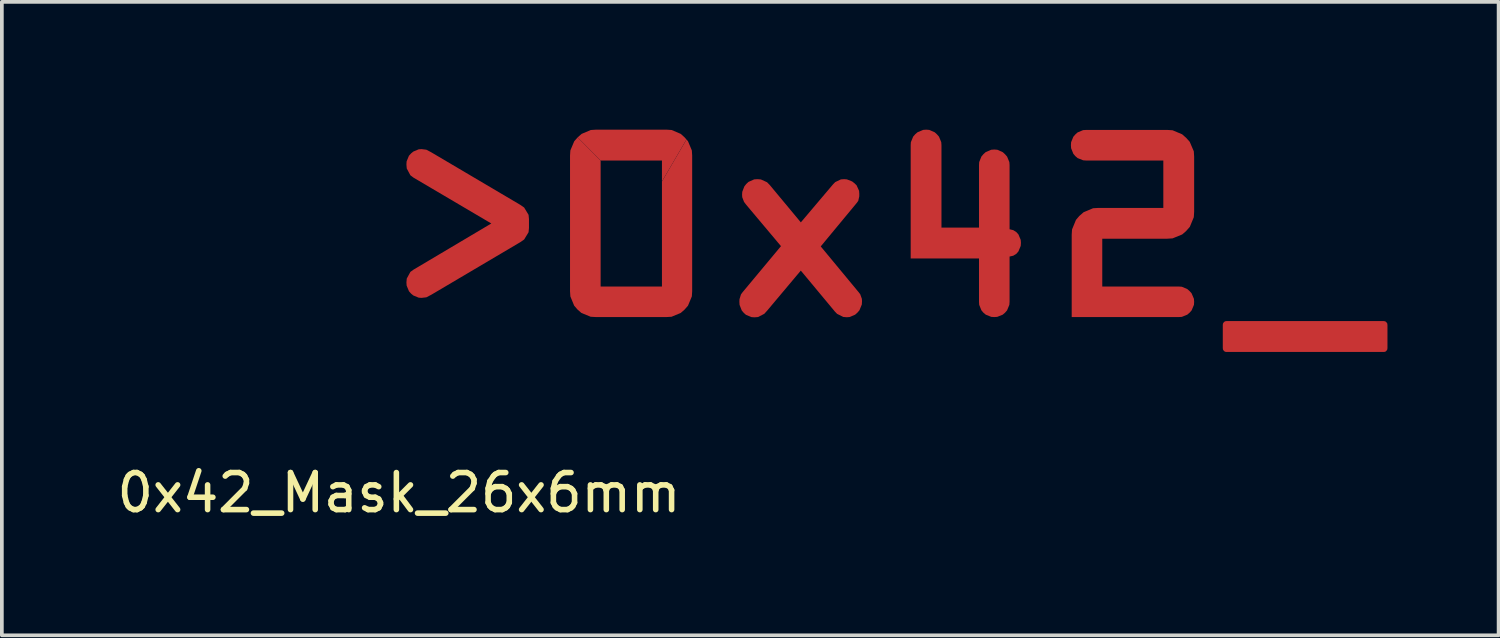
<source format=kicad_pcb>
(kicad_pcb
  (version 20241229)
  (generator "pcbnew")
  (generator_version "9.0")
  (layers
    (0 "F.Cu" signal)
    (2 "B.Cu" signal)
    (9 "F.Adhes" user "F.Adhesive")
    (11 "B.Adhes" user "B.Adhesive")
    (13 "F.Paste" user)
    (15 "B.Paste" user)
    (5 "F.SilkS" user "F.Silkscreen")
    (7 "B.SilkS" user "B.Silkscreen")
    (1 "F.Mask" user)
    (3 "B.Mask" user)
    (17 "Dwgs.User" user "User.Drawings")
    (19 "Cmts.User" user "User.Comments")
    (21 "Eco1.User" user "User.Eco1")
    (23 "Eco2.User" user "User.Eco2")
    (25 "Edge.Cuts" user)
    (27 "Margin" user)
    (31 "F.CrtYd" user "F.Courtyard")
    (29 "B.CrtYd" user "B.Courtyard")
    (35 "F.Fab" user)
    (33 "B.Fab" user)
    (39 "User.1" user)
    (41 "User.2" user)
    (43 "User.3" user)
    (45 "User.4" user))
  (footprint "0x42_Mask_26x6mm"
    (layer "F.Cu")
    (at 7.72 0.25)
    (property "Reference" "0x42_Mask_26x6mm" (at 0 10 0) (layer "F.SilkS") (effects (font (size 1 1) (thickness 0.15))))
    (attr board_only exclude_from_pos_files exclude_from_bom)
    (fp_poly (pts (xy 7.36 0.209) (xy 7.605 0.314) (xy 7.708 0.407) (xy 7.759 0.465) (xy 7.097 1.598) (xy 7.097 1.033) (xy 5.442 1.033) (xy 4.822 0.408) (xy 4.823 0.407) (xy 4.928 0.314) (xy 5.176 0.209) (xy 5.314 0.2) (xy 7.224 0.2)) (stroke (width 0) (type solid)) (fill yes) (layer "F.Cu"))
    (fp_poly (pts (xy 26.62 5.373) (xy 26.651 5.398) (xy 26.675 5.432) (xy 26.68 5.474) (xy 26.68 6.094) (xy 26.675 6.135) (xy 26.652 6.169) (xy 26.621 6.194) (xy 26.582 6.2) (xy 22.333 6.2) (xy 22.294 6.194) (xy 22.263 6.169) (xy 22.24 6.135) (xy 22.235 6.094) (xy 22.235 5.474) (xy 22.24 5.432) (xy 22.263 5.398) (xy 22.294 5.373) (xy 22.333 5.367) (xy 26.582 5.367)) (stroke (width 0) (type solid)) (fill yes) (layer "F.Cu"))
    (fp_poly (pts (xy 5.442 1.033) (xy 5.442 4.434) (xy 7.097 4.434) (xy 7.097 1.598) (xy 7.759 0.465) (xy 7.8 0.512) (xy 7.904 0.76) (xy 7.913 0.898) (xy 7.913 4.562) (xy 7.904 4.701) (xy 7.8 4.951) (xy 7.708 5.056) (xy 7.604 5.147) (xy 7.356 5.25) (xy 7.217 5.258) (xy 5.314 5.258) (xy 5.173 5.25) (xy 4.923 5.147) (xy 4.819 5.056) (xy 4.728 4.951) (xy 4.625 4.701) (xy 4.616 4.562) (xy 4.616 0.898) (xy 4.625 0.76) (xy 4.73 0.512) (xy 4.822 0.408)) (stroke (width 0) (type solid)) (fill yes) (layer "F.Cu"))
    (fp_poly (pts (xy 0.61 0.725) (xy 0.738 0.741) (xy 0.864 0.807) (xy 3.278 2.232) (xy 3.378 2.302) (xy 3.497 2.499) (xy 3.508 2.615) (xy 3.508 2.852) (xy 3.497 2.968) (xy 3.378 3.164) (xy 3.278 3.234) (xy 0.866 4.659) (xy 0.863 4.66) (xy 0.739 4.725) (xy 0.61 4.74) (xy 0.532 4.735) (xy 0.388 4.676) (xy 0.325 4.625) (xy 0.324 4.623) (xy 0.269 4.562) (xy 0.206 4.41) (xy 0.2 4.326) (xy 0.209 4.219) (xy 0.307 4.039) (xy 0.392 3.978) (xy 2.491 2.732) (xy 0.39 1.494) (xy 0.389 1.493) (xy 0.306 1.43) (xy 0.209 1.248) (xy 0.2 1.142) (xy 0.205 1.057) (xy 0.268 0.904) (xy 0.324 0.843) (xy 0.325 0.843) (xy 0.325 0.841) (xy 0.388 0.79) (xy 0.532 0.73) (xy 0.61 0.725)) (stroke (width 0) (type solid)) (fill yes) (layer "F.Cu"))
    (fp_poly (pts (xy 14.23 0.2) (xy 14.311 0.206) (xy 14.46 0.271) (xy 14.521 0.327) (xy 14.575 0.389) (xy 14.636 0.537) (xy 14.642 0.619) (xy 14.642 2.844) (xy 15.655 2.844) (xy 15.655 1.155) (xy 15.66 1.074) (xy 15.72 0.925) (xy 15.773 0.863) (xy 15.834 0.807) (xy 15.984 0.742) (xy 16.067 0.736) (xy 16.15 0.742) (xy 16.299 0.809) (xy 16.36 0.866) (xy 16.413 0.927) (xy 16.474 1.075) (xy 16.48 1.155) (xy 16.48 2.888) (xy 16.58 2.912) (xy 16.664 2.966) (xy 16.719 3.027) (xy 16.781 3.175) (xy 16.787 3.256) (xy 16.781 3.338) (xy 16.718 3.488) (xy 16.664 3.55) (xy 16.58 3.602) (xy 16.48 3.625) (xy 16.48 4.846) (xy 16.474 4.928) (xy 16.412 5.078) (xy 16.358 5.14) (xy 16.357 5.141) (xy 16.295 5.194) (xy 16.147 5.253) (xy 16.067 5.258) (xy 15.986 5.253) (xy 15.838 5.194) (xy 15.776 5.141) (xy 15.774 5.14) (xy 15.772 5.138) (xy 15.72 5.076) (xy 15.66 4.928) (xy 15.655 4.846) (xy 15.655 3.676) (xy 13.811 3.676) (xy 13.811 0.619) (xy 13.816 0.537) (xy 13.878 0.387) (xy 13.932 0.325) (xy 13.995 0.27) (xy 14.147 0.206) (xy 14.23 0.2)) (stroke (width 0) (type solid)) (fill yes) (layer "F.Cu"))
    (fp_poly (pts (xy 20.88 0.216) (xy 21.138 0.325) (xy 21.247 0.421) (xy 21.343 0.528) (xy 21.453 0.784) (xy 21.462 0.926) (xy 21.462 2.418) (xy 21.453 2.563) (xy 21.345 2.824) (xy 21.248 2.933) (xy 21.248 2.935) (xy 21.247 2.935) (xy 21.138 3.029) (xy 20.88 3.134) (xy 20.736 3.143) (xy 18.982 3.143) (xy 18.982 4.434) (xy 21.05 4.434) (xy 21.131 4.44) (xy 21.278 4.503) (xy 21.339 4.557) (xy 21.393 4.617) (xy 21.456 4.765) (xy 21.462 4.846) (xy 21.457 4.928) (xy 21.394 5.078) (xy 21.339 5.14) (xy 21.339 5.141) (xy 21.338 5.141) (xy 21.276 5.194) (xy 21.13 5.253) (xy 21.05 5.258) (xy 18.157 5.258) (xy 18.157 3.038) (xy 18.166 2.894) (xy 18.272 2.635) (xy 18.366 2.525) (xy 18.368 2.525) (xy 18.477 2.429) (xy 18.733 2.321) (xy 18.876 2.312) (xy 20.63 2.312) (xy 20.63 1.033) (xy 18.548 1.033) (xy 18.466 1.027) (xy 18.316 0.967) (xy 18.255 0.914) (xy 18.252 0.911) (xy 18.2 0.849) (xy 18.141 0.7) (xy 18.136 0.619) (xy 18.141 0.538) (xy 18.201 0.391) (xy 18.254 0.33) (xy 18.315 0.275) (xy 18.465 0.212) (xy 18.548 0.207) (xy 20.736 0.207)) (stroke (width 0) (type solid)) (fill yes) (layer "F.Cu"))
    (fp_poly (pts (xy 9.672 1.536) (xy 9.767 1.543) (xy 9.934 1.619) (xy 10 1.686) (xy 10.001 1.686) (xy 10.846 2.702) (xy 11.713 1.678) (xy 11.774 1.615) (xy 11.927 1.542) (xy 12.012 1.536) (xy 12.088 1.541) (xy 12.23 1.597) (xy 12.292 1.645) (xy 12.351 1.702) (xy 12.418 1.85) (xy 12.424 1.933) (xy 12.423 2.001) (xy 12.396 2.121) (xy 12.359 2.173) (xy 11.383 3.351) (xy 12.409 4.59) (xy 12.449 4.642) (xy 12.493 4.765) (xy 12.497 4.831) (xy 12.492 4.918) (xy 12.428 5.075) (xy 12.372 5.14) (xy 12.311 5.194) (xy 12.165 5.257) (xy 12.085 5.263) (xy 11.992 5.255) (xy 11.825 5.172) (xy 11.757 5.101) (xy 11.757 5.1) (xy 10.845 4.004) (xy 9.927 5.097) (xy 9.926 5.097) (xy 9.86 5.17) (xy 9.693 5.257) (xy 9.599 5.265) (xy 9.515 5.26) (xy 9.365 5.198) (xy 9.304 5.143) (xy 9.251 5.08) (xy 9.192 4.929) (xy 9.187 4.846) (xy 9.19 4.776) (xy 9.23 4.647) (xy 9.269 4.593) (xy 10.31 3.344) (xy 9.353 2.205) (xy 9.355 2.205) (xy 9.313 2.15) (xy 9.264 2.023) (xy 9.26 1.955) (xy 9.265 1.877) (xy 9.321 1.732) (xy 9.37 1.669) (xy 9.432 1.61) (xy 9.586 1.542) (xy 9.672 1.536)) (stroke (width 0) (type solid)) (fill yes) (layer "F.Cu"))
    (fp_poly (pts (xy 7.36 0.209) (xy 7.605 0.314) (xy 7.708 0.407) (xy 7.759 0.465) (xy 7.097 1.598) (xy 7.097 1.033) (xy 5.442 1.033) (xy 4.822 0.408) (xy 4.823 0.407) (xy 4.928 0.314) (xy 5.176 0.209) (xy 5.314 0.2) (xy 7.224 0.2)) (stroke (width 0) (type solid)) (fill yes) (layer "F.Mask"))
    (fp_poly (pts (xy 26.62 5.373) (xy 26.651 5.398) (xy 26.675 5.432) (xy 26.68 5.474) (xy 26.68 6.094) (xy 26.675 6.135) (xy 26.652 6.169) (xy 26.621 6.194) (xy 26.582 6.2) (xy 22.333 6.2) (xy 22.294 6.194) (xy 22.263 6.169) (xy 22.24 6.135) (xy 22.235 6.094) (xy 22.235 5.474) (xy 22.24 5.432) (xy 22.263 5.398) (xy 22.294 5.373) (xy 22.333 5.367) (xy 26.582 5.367)) (stroke (width 0) (type solid)) (fill yes) (layer "F.Mask"))
    (fp_poly (pts (xy 5.442 1.033) (xy 5.442 4.434) (xy 7.097 4.434) (xy 7.097 1.598) (xy 7.759 0.465) (xy 7.8 0.512) (xy 7.904 0.76) (xy 7.913 0.898) (xy 7.913 4.562) (xy 7.904 4.701) (xy 7.8 4.951) (xy 7.708 5.056) (xy 7.604 5.147) (xy 7.356 5.25) (xy 7.217 5.258) (xy 5.314 5.258) (xy 5.173 5.25) (xy 4.923 5.147) (xy 4.819 5.056) (xy 4.728 4.951) (xy 4.625 4.701) (xy 4.616 4.562) (xy 4.616 0.898) (xy 4.625 0.76) (xy 4.73 0.512) (xy 4.822 0.408)) (stroke (width 0) (type solid)) (fill yes) (layer "F.Mask"))
    (fp_poly (pts (xy 0.61 0.725) (xy 0.738 0.741) (xy 0.864 0.807) (xy 3.278 2.232) (xy 3.378 2.302) (xy 3.497 2.499) (xy 3.508 2.615) (xy 3.508 2.852) (xy 3.497 2.968) (xy 3.378 3.164) (xy 3.278 3.234) (xy 0.866 4.659) (xy 0.863 4.66) (xy 0.739 4.725) (xy 0.61 4.74) (xy 0.532 4.735) (xy 0.388 4.676) (xy 0.325 4.625) (xy 0.324 4.623) (xy 0.269 4.562) (xy 0.206 4.41) (xy 0.2 4.326) (xy 0.209 4.219) (xy 0.307 4.039) (xy 0.392 3.978) (xy 2.491 2.732) (xy 0.39 1.494) (xy 0.389 1.493) (xy 0.306 1.43) (xy 0.209 1.248) (xy 0.2 1.142) (xy 0.205 1.057) (xy 0.268 0.904) (xy 0.324 0.843) (xy 0.325 0.843) (xy 0.325 0.841) (xy 0.388 0.79) (xy 0.532 0.73) (xy 0.61 0.725)) (stroke (width 0) (type solid)) (fill yes) (layer "F.Mask"))
    (fp_poly (pts (xy 14.23 0.2) (xy 14.311 0.206) (xy 14.46 0.271) (xy 14.521 0.327) (xy 14.575 0.389) (xy 14.636 0.537) (xy 14.642 0.619) (xy 14.642 2.844) (xy 15.655 2.844) (xy 15.655 1.155) (xy 15.66 1.074) (xy 15.72 0.925) (xy 15.773 0.863) (xy 15.834 0.807) (xy 15.984 0.742) (xy 16.067 0.736) (xy 16.15 0.742) (xy 16.299 0.809) (xy 16.36 0.866) (xy 16.413 0.927) (xy 16.474 1.075) (xy 16.48 1.155) (xy 16.48 2.888) (xy 16.58 2.912) (xy 16.664 2.966) (xy 16.719 3.027) (xy 16.781 3.175) (xy 16.787 3.256) (xy 16.781 3.338) (xy 16.718 3.488) (xy 16.664 3.55) (xy 16.58 3.602) (xy 16.48 3.625) (xy 16.48 4.846) (xy 16.474 4.928) (xy 16.412 5.078) (xy 16.358 5.14) (xy 16.357 5.141) (xy 16.295 5.194) (xy 16.147 5.253) (xy 16.067 5.258) (xy 15.986 5.253) (xy 15.838 5.194) (xy 15.776 5.141) (xy 15.774 5.14) (xy 15.772 5.138) (xy 15.72 5.076) (xy 15.66 4.928) (xy 15.655 4.846) (xy 15.655 3.676) (xy 13.811 3.676) (xy 13.811 0.619) (xy 13.816 0.537) (xy 13.878 0.387) (xy 13.932 0.325) (xy 13.995 0.27) (xy 14.147 0.206) (xy 14.23 0.2)) (stroke (width 0) (type solid)) (fill yes) (layer "F.Mask"))
    (fp_poly (pts (xy 20.88 0.216) (xy 21.138 0.325) (xy 21.247 0.421) (xy 21.343 0.528) (xy 21.453 0.784) (xy 21.462 0.926) (xy 21.462 2.418) (xy 21.453 2.563) (xy 21.345 2.824) (xy 21.248 2.933) (xy 21.248 2.935) (xy 21.247 2.935) (xy 21.138 3.029) (xy 20.88 3.134) (xy 20.736 3.143) (xy 18.982 3.143) (xy 18.982 4.434) (xy 21.05 4.434) (xy 21.131 4.44) (xy 21.278 4.503) (xy 21.339 4.557) (xy 21.393 4.617) (xy 21.456 4.765) (xy 21.462 4.846) (xy 21.457 4.928) (xy 21.394 5.078) (xy 21.339 5.14) (xy 21.339 5.141) (xy 21.338 5.141) (xy 21.276 5.194) (xy 21.13 5.253) (xy 21.05 5.258) (xy 18.157 5.258) (xy 18.157 3.038) (xy 18.166 2.894) (xy 18.272 2.635) (xy 18.366 2.525) (xy 18.368 2.525) (xy 18.477 2.429) (xy 18.733 2.321) (xy 18.876 2.312) (xy 20.63 2.312) (xy 20.63 1.033) (xy 18.548 1.033) (xy 18.466 1.027) (xy 18.316 0.967) (xy 18.255 0.914) (xy 18.252 0.911) (xy 18.2 0.849) (xy 18.141 0.7) (xy 18.136 0.619) (xy 18.141 0.538) (xy 18.201 0.391) (xy 18.254 0.33) (xy 18.315 0.275) (xy 18.465 0.212) (xy 18.548 0.207) (xy 20.736 0.207)) (stroke (width 0) (type solid)) (fill yes) (layer "F.Mask"))
    (fp_poly (pts (xy 9.672 1.536) (xy 9.767 1.543) (xy 9.934 1.619) (xy 10 1.686) (xy 10.001 1.686) (xy 10.846 2.702) (xy 11.713 1.678) (xy 11.774 1.615) (xy 11.927 1.542) (xy 12.012 1.536) (xy 12.088 1.541) (xy 12.23 1.597) (xy 12.292 1.645) (xy 12.351 1.702) (xy 12.418 1.85) (xy 12.424 1.933) (xy 12.423 2.001) (xy 12.396 2.121) (xy 12.359 2.173) (xy 11.383 3.351) (xy 12.409 4.59) (xy 12.449 4.642) (xy 12.493 4.765) (xy 12.497 4.831) (xy 12.492 4.918) (xy 12.428 5.075) (xy 12.372 5.14) (xy 12.311 5.194) (xy 12.165 5.257) (xy 12.085 5.263) (xy 11.992 5.255) (xy 11.825 5.172) (xy 11.757 5.101) (xy 11.757 5.1) (xy 10.845 4.004) (xy 9.927 5.097) (xy 9.926 5.097) (xy 9.86 5.17) (xy 9.693 5.257) (xy 9.599 5.265) (xy 9.515 5.26) (xy 9.365 5.198) (xy 9.304 5.143) (xy 9.251 5.08) (xy 9.192 4.929) (xy 9.187 4.846) (xy 9.19 4.776) (xy 9.23 4.647) (xy 9.269 4.593) (xy 10.31 3.344) (xy 9.353 2.205) (xy 9.355 2.205) (xy 9.313 2.15) (xy 9.264 2.023) (xy 9.26 1.955) (xy 9.265 1.877) (xy 9.321 1.732) (xy 9.37 1.669) (xy 9.432 1.61) (xy 9.586 1.542) (xy 9.672 1.536)) (stroke (width 0) (type solid)) (fill yes) (layer "F.Mask")))
  (gr_rect
    (start -3 -3)
    (end 37.4 14.098)
    (stroke (width 0.1) (type default))
    (fill no)
    (layer "Edge.Cuts")))
</source>
